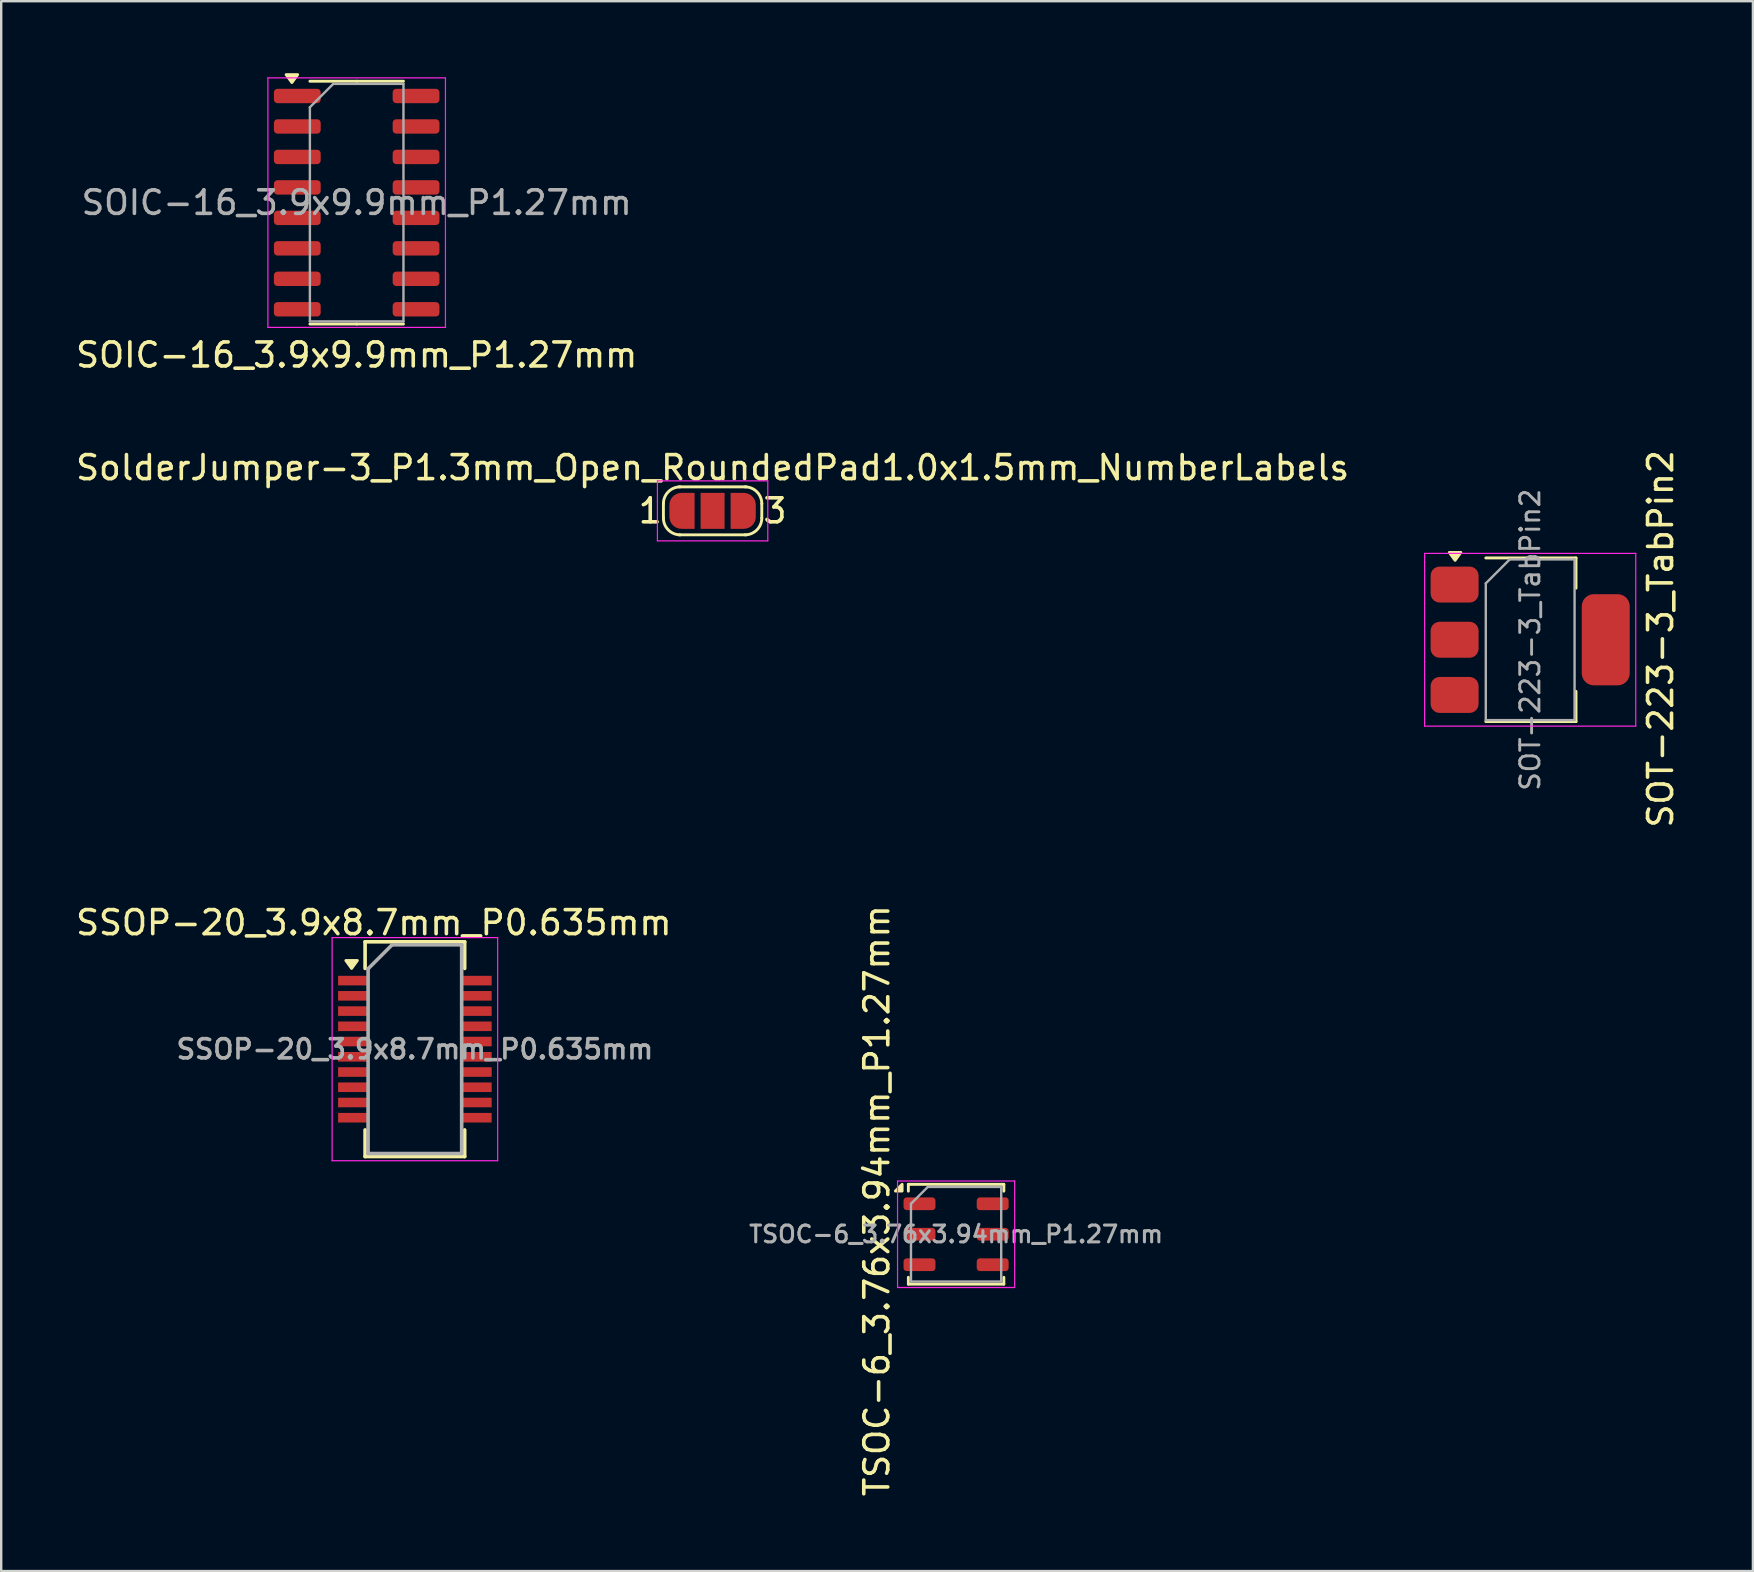
<source format=kicad_pcb>
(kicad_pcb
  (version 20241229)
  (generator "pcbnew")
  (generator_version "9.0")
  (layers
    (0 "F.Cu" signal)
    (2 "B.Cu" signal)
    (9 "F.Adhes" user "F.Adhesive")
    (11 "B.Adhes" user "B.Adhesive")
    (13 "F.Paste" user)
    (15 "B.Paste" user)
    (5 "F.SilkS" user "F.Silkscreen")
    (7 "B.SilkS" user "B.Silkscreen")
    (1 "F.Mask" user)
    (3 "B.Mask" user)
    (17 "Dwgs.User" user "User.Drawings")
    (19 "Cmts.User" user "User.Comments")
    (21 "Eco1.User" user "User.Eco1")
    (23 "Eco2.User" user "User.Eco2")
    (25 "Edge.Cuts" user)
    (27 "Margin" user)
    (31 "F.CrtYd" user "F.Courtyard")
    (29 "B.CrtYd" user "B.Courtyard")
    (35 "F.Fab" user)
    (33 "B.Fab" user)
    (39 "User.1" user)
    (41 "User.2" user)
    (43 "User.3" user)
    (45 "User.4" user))
  (footprint "SSOP-20_3.9x8.7mm_P0.635mm"
    (layer "F.Cu")
    (at 14.241 40.676)
    (property "Reference" "SSOP-20_3.9x8.7mm_P0.635mm" (at -1.711 -5.271 180) (layer "F.SilkS") (effects (font (size 1 1) (thickness 0.15))))
    (attr smd)
    (fp_line (start -2.075 -4.475) (end 2.075 -4.475) (stroke (width 0.15) (type solid)) (layer "F.SilkS"))
    (fp_line (start -2.075 -3.365) (end -2.075 -4.475) (stroke (width 0.15) (type solid)) (layer "F.SilkS"))
    (fp_line (start -2.075 4.475) (end -2.075 3.365) (stroke (width 0.15) (type solid)) (layer "F.SilkS"))
    (fp_line (start -2.075 4.475) (end 2.075 4.475) (stroke (width 0.15) (type solid)) (layer "F.SilkS"))
    (fp_line (start 2.075 -4.475) (end 2.075 -3.365) (stroke (width 0.15) (type solid)) (layer "F.SilkS"))
    (fp_line (start 2.075 4.475) (end 2.075 3.365) (stroke (width 0.15) (type solid)) (layer "F.SilkS"))
    (fp_poly (pts (xy -2.638 -3.365) (xy -2.877 -3.695) (xy -2.397 -3.695) (xy -2.638 -3.365)) (stroke (width 0.12) (type solid)) (fill yes) (layer "F.SilkS"))
    (fp_line (start -3.45 -4.65) (end -3.45 4.65) (stroke (width 0.05) (type solid)) (layer "F.CrtYd"))
    (fp_line (start -3.45 -4.65) (end 3.45 -4.65) (stroke (width 0.05) (type solid)) (layer "F.CrtYd"))
    (fp_line (start -3.45 4.65) (end 3.45 4.65) (stroke (width 0.05) (type solid)) (layer "F.CrtYd"))
    (fp_line (start 3.45 -4.65) (end 3.45 4.65) (stroke (width 0.05) (type solid)) (layer "F.CrtYd"))
    (fp_line (start -1.95 -3.35) (end -0.95 -4.35) (stroke (width 0.15) (type solid)) (layer "F.Fab"))
    (fp_line (start -1.95 4.35) (end -1.95 -3.35) (stroke (width 0.15) (type solid)) (layer "F.Fab"))
    (fp_line (start -0.95 -4.35) (end 1.95 -4.35) (stroke (width 0.15) (type solid)) (layer "F.Fab"))
    (fp_line (start 1.95 -4.35) (end 1.95 4.35) (stroke (width 0.15) (type solid)) (layer "F.Fab"))
    (fp_line (start 1.95 4.35) (end -1.95 4.35) (stroke (width 0.15) (type solid)) (layer "F.Fab"))
    (fp_text user "${REFERENCE}" (at 0 0 180) (layer "F.Fab") (effects (font (size 0.8 0.8) (thickness 0.15))))
    (pad "1" smd rect (at -2.6 -2.857) (size 1.2 0.4) (layers "F.Cu" "F.Mask" "F.Paste"))
    (pad "2" smd rect (at -2.6 -2.223) (size 1.2 0.4) (layers "F.Cu" "F.Mask" "F.Paste"))
    (pad "3" smd rect (at -2.6 -1.587) (size 1.2 0.4) (layers "F.Cu" "F.Mask" "F.Paste"))
    (pad "4" smd rect (at -2.6 -0.953) (size 1.2 0.4) (layers "F.Cu" "F.Mask" "F.Paste"))
    (pad "5" smd rect (at -2.6 -0.318) (size 1.2 0.4) (layers "F.Cu" "F.Mask" "F.Paste"))
    (pad "6" smd rect (at -2.6 0.318) (size 1.2 0.4) (layers "F.Cu" "F.Mask" "F.Paste"))
    (pad "7" smd rect (at -2.6 0.953) (size 1.2 0.4) (layers "F.Cu" "F.Mask" "F.Paste"))
    (pad "8" smd rect (at -2.6 1.587) (size 1.2 0.4) (layers "F.Cu" "F.Mask" "F.Paste"))
    (pad "9" smd rect (at -2.6 2.223) (size 1.2 0.4) (layers "F.Cu" "F.Mask" "F.Paste"))
    (pad "10" smd rect (at -2.6 2.857) (size 1.2 0.4) (layers "F.Cu" "F.Mask" "F.Paste"))
    (pad "11" smd rect (at 2.6 2.857) (size 1.2 0.4) (layers "F.Cu" "F.Mask" "F.Paste"))
    (pad "12" smd rect (at 2.6 2.223) (size 1.2 0.4) (layers "F.Cu" "F.Mask" "F.Paste"))
    (pad "13" smd rect (at 2.6 1.587) (size 1.2 0.4) (layers "F.Cu" "F.Mask" "F.Paste"))
    (pad "14" smd rect (at 2.6 0.953) (size 1.2 0.4) (layers "F.Cu" "F.Mask" "F.Paste"))
    (pad "15" smd rect (at 2.6 0.318) (size 1.2 0.4) (layers "F.Cu" "F.Mask" "F.Paste"))
    (pad "16" smd rect (at 2.6 -0.318) (size 1.2 0.4) (layers "F.Cu" "F.Mask" "F.Paste"))
    (pad "17" smd rect (at 2.6 -0.953) (size 1.2 0.4) (layers "F.Cu" "F.Mask" "F.Paste"))
    (pad "18" smd rect (at 2.6 -1.587) (size 1.2 0.4) (layers "F.Cu" "F.Mask" "F.Paste"))
    (pad "19" smd rect (at 2.6 -2.223) (size 1.2 0.4) (layers "F.Cu" "F.Mask" "F.Paste"))
    (pad "20" smd rect (at 2.6 -2.857) (size 1.2 0.4) (layers "F.Cu" "F.Mask" "F.Paste")))
  (footprint "SOT-223-3_TabPin2"
    (layer "F.Cu")
    (at 60.723 23.613)
    (property "Reference" "SOT-223-3_TabPin2" (at 5.436 -0.037 90) (layer "F.SilkS") (effects (font (size 1 1) (thickness 0.15))))
    (attr smd)
    (fp_line (start -1.85 -3.41) (end 1.91 -3.41) (stroke (width 0.12) (type solid)) (layer "F.SilkS"))
    (fp_line (start -1.85 3.41) (end 1.91 3.41) (stroke (width 0.12) (type solid)) (layer "F.SilkS"))
    (fp_line (start 1.91 -3.41) (end 1.91 -2.15) (stroke (width 0.12) (type solid)) (layer "F.SilkS"))
    (fp_line (start 1.91 3.41) (end 1.91 2.15) (stroke (width 0.12) (type solid)) (layer "F.SilkS"))
    (fp_poly (pts (xy -3.13 -3.31) (xy -3.37 -3.64) (xy -2.89 -3.64) (xy -3.13 -3.31)) (stroke (width 0.12) (type solid)) (fill yes) (layer "F.SilkS"))
    (fp_line (start -4.4 -3.6) (end -4.4 3.6) (stroke (width 0.05) (type solid)) (layer "F.CrtYd"))
    (fp_line (start -4.4 3.6) (end 4.4 3.6) (stroke (width 0.05) (type solid)) (layer "F.CrtYd"))
    (fp_line (start 4.4 -3.6) (end -4.4 -3.6) (stroke (width 0.05) (type solid)) (layer "F.CrtYd"))
    (fp_line (start 4.4 3.6) (end 4.4 -3.6) (stroke (width 0.05) (type solid)) (layer "F.CrtYd"))
    (fp_line (start -1.85 -2.35) (end -1.85 3.35) (stroke (width 0.1) (type solid)) (layer "F.Fab"))
    (fp_line (start -1.85 -2.35) (end -0.85 -3.35) (stroke (width 0.1) (type solid)) (layer "F.Fab"))
    (fp_line (start -1.85 3.35) (end 1.85 3.35) (stroke (width 0.1) (type solid)) (layer "F.Fab"))
    (fp_line (start -0.85 -3.35) (end 1.85 -3.35) (stroke (width 0.1) (type solid)) (layer "F.Fab"))
    (fp_line (start 1.85 -3.35) (end 1.85 3.35) (stroke (width 0.1) (type solid)) (layer "F.Fab"))
    (fp_text user "${REFERENCE}" (at 0 0 90) (layer "F.Fab") (effects (font (size 0.8 0.8) (thickness 0.12))))
    (pad "1" smd roundrect (at -3.15 -2.3) (size 2 1.5) (layers "F.Cu" "F.Mask" "F.Paste") (roundrect_rratio 0.25))
    (pad "2" smd roundrect (at -3.15 0) (size 2 1.5) (layers "F.Cu" "F.Mask" "F.Paste") (roundrect_rratio 0.25))
    (pad "2" smd roundrect (at 3.15 0) (size 2 3.8) (layers "F.Cu" "F.Mask" "F.Paste") (roundrect_rratio 0.25))
    (pad "3" smd roundrect (at -3.15 2.3) (size 2 1.5) (layers "F.Cu" "F.Mask" "F.Paste") (roundrect_rratio 0.25)))
  (footprint "SOIC-16_3.9x9.9mm_P1.27mm"
    (layer "F.Cu")
    (at 11.815 5.395)
    (property "Reference" "SOIC-16_3.9x9.9mm_P1.27mm" (at 0 6.35 0) (layer "F.SilkS") (effects (font (size 1 1) (thickness 0.15))))
    (attr smd)
    (fp_line (start 0 -5.06) (end -1.95 -5.06) (stroke (width 0.12) (type solid)) (layer "F.SilkS"))
    (fp_line (start 0 -5.06) (end 1.95 -5.06) (stroke (width 0.12) (type solid)) (layer "F.SilkS"))
    (fp_line (start 0 5.06) (end -1.95 5.06) (stroke (width 0.12) (type solid)) (layer "F.SilkS"))
    (fp_line (start 0 5.06) (end 1.95 5.06) (stroke (width 0.12) (type solid)) (layer "F.SilkS"))
    (fp_poly (pts (xy -2.7 -5.005) (xy -2.94 -5.335) (xy -2.46 -5.335) (xy -2.7 -5.005)) (stroke (width 0.12) (type solid)) (fill yes) (layer "F.SilkS"))
    (fp_line (start -3.7 -5.2) (end -3.7 5.2) (stroke (width 0.05) (type solid)) (layer "F.CrtYd"))
    (fp_line (start -3.7 5.2) (end 3.7 5.2) (stroke (width 0.05) (type solid)) (layer "F.CrtYd"))
    (fp_line (start 3.7 -5.2) (end -3.7 -5.2) (stroke (width 0.05) (type solid)) (layer "F.CrtYd"))
    (fp_line (start 3.7 5.2) (end 3.7 -5.2) (stroke (width 0.05) (type solid)) (layer "F.CrtYd"))
    (fp_line (start -1.95 -3.975) (end -0.975 -4.95) (stroke (width 0.1) (type solid)) (layer "F.Fab"))
    (fp_line (start -1.95 4.95) (end -1.95 -3.975) (stroke (width 0.1) (type solid)) (layer "F.Fab"))
    (fp_line (start -0.975 -4.95) (end 1.95 -4.95) (stroke (width 0.1) (type solid)) (layer "F.Fab"))
    (fp_line (start 1.95 -4.95) (end 1.95 4.95) (stroke (width 0.1) (type solid)) (layer "F.Fab"))
    (fp_line (start 1.95 4.95) (end -1.95 4.95) (stroke (width 0.1) (type solid)) (layer "F.Fab"))
    (fp_text user "${REFERENCE}" (at 0 0 0) (layer "F.Fab") (effects (font (size 0.98 0.98) (thickness 0.15))))
    (pad "1" smd roundrect (at -2.475 -4.445) (size 1.95 0.6) (layers "F.Cu" "F.Mask" "F.Paste") (roundrect_rratio 0.25))
    (pad "2" smd roundrect (at -2.475 -3.175) (size 1.95 0.6) (layers "F.Cu" "F.Mask" "F.Paste") (roundrect_rratio 0.25))
    (pad "3" smd roundrect (at -2.475 -1.905) (size 1.95 0.6) (layers "F.Cu" "F.Mask" "F.Paste") (roundrect_rratio 0.25))
    (pad "4" smd roundrect (at -2.475 -0.635) (size 1.95 0.6) (layers "F.Cu" "F.Mask" "F.Paste") (roundrect_rratio 0.25))
    (pad "5" smd roundrect (at -2.475 0.635) (size 1.95 0.6) (layers "F.Cu" "F.Mask" "F.Paste") (roundrect_rratio 0.25))
    (pad "6" smd roundrect (at -2.475 1.905) (size 1.95 0.6) (layers "F.Cu" "F.Mask" "F.Paste") (roundrect_rratio 0.25))
    (pad "7" smd roundrect (at -2.475 3.175) (size 1.95 0.6) (layers "F.Cu" "F.Mask" "F.Paste") (roundrect_rratio 0.25))
    (pad "8" smd roundrect (at -2.475 4.445) (size 1.95 0.6) (layers "F.Cu" "F.Mask" "F.Paste") (roundrect_rratio 0.25))
    (pad "9" smd roundrect (at 2.475 4.445) (size 1.95 0.6) (layers "F.Cu" "F.Mask" "F.Paste") (roundrect_rratio 0.25))
    (pad "10" smd roundrect (at 2.475 3.175) (size 1.95 0.6) (layers "F.Cu" "F.Mask" "F.Paste") (roundrect_rratio 0.25))
    (pad "11" smd roundrect (at 2.475 1.905) (size 1.95 0.6) (layers "F.Cu" "F.Mask" "F.Paste") (roundrect_rratio 0.25))
    (pad "12" smd roundrect (at 2.475 0.635) (size 1.95 0.6) (layers "F.Cu" "F.Mask" "F.Paste") (roundrect_rratio 0.25))
    (pad "13" smd roundrect (at 2.475 -0.635) (size 1.95 0.6) (layers "F.Cu" "F.Mask" "F.Paste") (roundrect_rratio 0.25))
    (pad "14" smd roundrect (at 2.475 -1.905) (size 1.95 0.6) (layers "F.Cu" "F.Mask" "F.Paste") (roundrect_rratio 0.25))
    (pad "15" smd roundrect (at 2.475 -3.175) (size 1.95 0.6) (layers "F.Cu" "F.Mask" "F.Paste") (roundrect_rratio 0.25))
    (pad "16" smd roundrect (at 2.475 -4.445) (size 1.95 0.6) (layers "F.Cu" "F.Mask" "F.Paste") (roundrect_rratio 0.25)))
  (footprint "TSOC-6_3.76x3.94mm_P1.27mm"
    (layer "F.Cu")
    (at 36.797 48.389)
    (property "Reference" "TSOC-6_3.76x3.94mm_P1.27mm" (at -3.303 -1.397 90) (layer "F.SilkS") (effects (font (size 1 1) (thickness 0.15))))
    (attr smd)
    (fp_line (start -1.99 -1.795) (end -1.99 -2.08) (stroke (width 0.12) (type solid)) (layer "F.SilkS"))
    (fp_line (start -1.99 1.795) (end -1.99 2.08) (stroke (width 0.12) (type solid)) (layer "F.SilkS"))
    (fp_line (start -1.99 2.08) (end 1.99 2.08) (stroke (width 0.12) (type solid)) (layer "F.SilkS"))
    (fp_line (start 1.99 -2.08) (end -1.99 -2.08) (stroke (width 0.12) (type solid)) (layer "F.SilkS"))
    (fp_line (start 1.99 -2.08) (end 1.99 -1.795) (stroke (width 0.12) (type solid)) (layer "F.SilkS"))
    (fp_line (start 1.99 1.795) (end 1.99 2.08) (stroke (width 0.12) (type solid)) (layer "F.SilkS"))
    (fp_poly (pts (xy -2.25 -1.8) (xy -2.53 -1.8) (xy -2.25 -2.08) (xy -2.25 -1.8)) (stroke (width 0.12) (type solid)) (fill yes) (layer "F.SilkS"))
    (fp_line (start -2.44 -2.22) (end -2.44 2.22) (stroke (width 0.05) (type solid)) (layer "F.CrtYd"))
    (fp_line (start -2.44 -2.22) (end 2.44 -2.22) (stroke (width 0.05) (type solid)) (layer "F.CrtYd"))
    (fp_line (start -2.44 2.22) (end 2.44 2.22) (stroke (width 0.05) (type solid)) (layer "F.CrtYd"))
    (fp_line (start 2.44 -2.22) (end 2.44 2.22) (stroke (width 0.05) (type solid)) (layer "F.CrtYd"))
    (fp_line (start -1.88 -1.27) (end -1.88 1.97) (stroke (width 0.1) (type solid)) (layer "F.Fab"))
    (fp_line (start -1.88 -1.27) (end -1.18 -1.97) (stroke (width 0.1) (type solid)) (layer "F.Fab"))
    (fp_line (start -1.88 1.97) (end 1.88 1.97) (stroke (width 0.1) (type solid)) (layer "F.Fab"))
    (fp_line (start -1.18 -1.97) (end 1.88 -1.97) (stroke (width 0.1) (type solid)) (layer "F.Fab"))
    (fp_line (start 1.88 -1.97) (end 1.88 1.97) (stroke (width 0.1) (type solid)) (layer "F.Fab"))
    (fp_text user "${REFERENCE}" (at 0 0 0) (layer "F.Fab") (effects (font (size 0.7 0.7) (thickness 0.127))))
    (pad "1" smd roundrect (at -1.525 -1.27) (size 1.33 0.53) (layers "F.Cu" "F.Mask" "F.Paste") (roundrect_rratio 0.25))
    (pad "2" smd roundrect (at -1.525 0) (size 1.33 0.53) (layers "F.Cu" "F.Mask" "F.Paste") (roundrect_rratio 0.25))
    (pad "3" smd roundrect (at -1.525 1.27) (size 1.33 0.53) (layers "F.Cu" "F.Mask" "F.Paste") (roundrect_rratio 0.25))
    (pad "4" smd roundrect (at 1.525 1.27) (size 1.33 0.53) (layers "F.Cu" "F.Mask" "F.Paste") (roundrect_rratio 0.25))
    (pad "5" smd roundrect (at 1.525 0) (size 1.33 0.53) (layers "F.Cu" "F.Mask" "F.Paste") (roundrect_rratio 0.25))
    (pad "6" smd roundrect (at 1.525 -1.27) (size 1.33 0.53) (layers "F.Cu" "F.Mask" "F.Paste") (roundrect_rratio 0.25)))
  (footprint "SolderJumper-3_P1.3mm_Open_RoundedPad1.0x1.5mm_NumberLabels"
    (layer "F.Cu")
    (at 26.649 18.241)
    (property "Reference" "SolderJumper-3_P1.3mm_Open_RoundedPad1.0x1.5mm_NumberLabels" (at 0 -1.8 0) (layer "F.SilkS") (effects (font (size 1 1) (thickness 0.15))))
    (attr exclude_from_pos_files exclude_from_bom)
    (fp_line (start -2.05 0.3) (end -2.05 -0.3) (stroke (width 0.12) (type solid)) (layer "F.SilkS"))
    (fp_line (start -1.4 -1) (end 1.4 -1) (stroke (width 0.12) (type solid)) (layer "F.SilkS"))
    (fp_line (start 1.4 1) (end -1.4 1) (stroke (width 0.12) (type solid)) (layer "F.SilkS"))
    (fp_line (start 2.05 -0.3) (end 2.05 0.3) (stroke (width 0.12) (type solid)) (layer "F.SilkS"))
    (fp_arc (start -2.05 -0.3) (mid -1.844975 -0.794975) (end -1.35 -1) (stroke (width 0.12) (type solid)) (layer "F.SilkS"))
    (fp_arc (start -1.35 1) (mid -1.844975 0.794975) (end -2.05 0.3) (stroke (width 0.12) (type solid)) (layer "F.SilkS"))
    (fp_arc (start 1.35 -1) (mid 1.844975 -0.794975) (end 2.05 -0.3) (stroke (width 0.12) (type solid)) (layer "F.SilkS"))
    (fp_arc (start 2.05 0.3) (mid 1.844975 0.794975) (end 1.35 1) (stroke (width 0.12) (type solid)) (layer "F.SilkS"))
    (fp_line (start -2.3 -1.25) (end -2.3 1.25) (stroke (width 0.05) (type solid)) (layer "F.CrtYd"))
    (fp_line (start -2.3 -1.25) (end 2.3 -1.25) (stroke (width 0.05) (type solid)) (layer "F.CrtYd"))
    (fp_line (start 2.3 1.25) (end -2.3 1.25) (stroke (width 0.05) (type solid)) (layer "F.CrtYd"))
    (fp_line (start 2.3 1.25) (end 2.3 -1.25) (stroke (width 0.05) (type solid)) (layer "F.CrtYd"))
    (fp_text user "1" (at -2.6 0 0) (layer "F.SilkS") (effects (font (size 1 1) (thickness 0.15))))
    (fp_text user "3" (at 2.6 0 0) (layer "F.SilkS") (effects (font (size 1 1) (thickness 0.15))))
    (pad "1" smd custom (at -1.3 0) (size 1 0.5) (layers "F.Cu" "F.Mask") (options (anchor rect)) (primitives (gr_circle (center 0 0.25) (end 0.5 0.25) (width 0) (fill yes)) (gr_circle (center 0 -0.25) (end 0.5 -0.25) (width 0) (fill yes)) (gr_poly (pts (xy 0.55 0.75) (xy 0 0.75) (xy 0 -0.75) (xy 0.55 -0.75)) (width 0) (fill yes))))
    (pad "2" smd rect (at 0 0) (size 1 1.5) (layers "F.Cu" "F.Mask"))
    (pad "3" smd custom (at 1.3 0) (size 1 0.5) (layers "F.Cu" "F.Mask") (options (anchor rect)) (primitives (gr_circle (center 0 0.25) (end 0.5 0.25) (width 0) (fill yes)) (gr_circle (center 0 -0.25) (end 0.5 -0.25) (width 0) (fill yes)) (gr_poly (pts (xy 0 0.75) (xy -0.55 0.75) (xy -0.55 -0.75) (xy 0 -0.75)) (width 0) (fill yes)))))
  (gr_rect
    (start -3 -3)
    (end 70.006 62.427)
    (stroke (width 0.1) (type default))
    (fill no)
    (layer "Edge.Cuts")))
</source>
